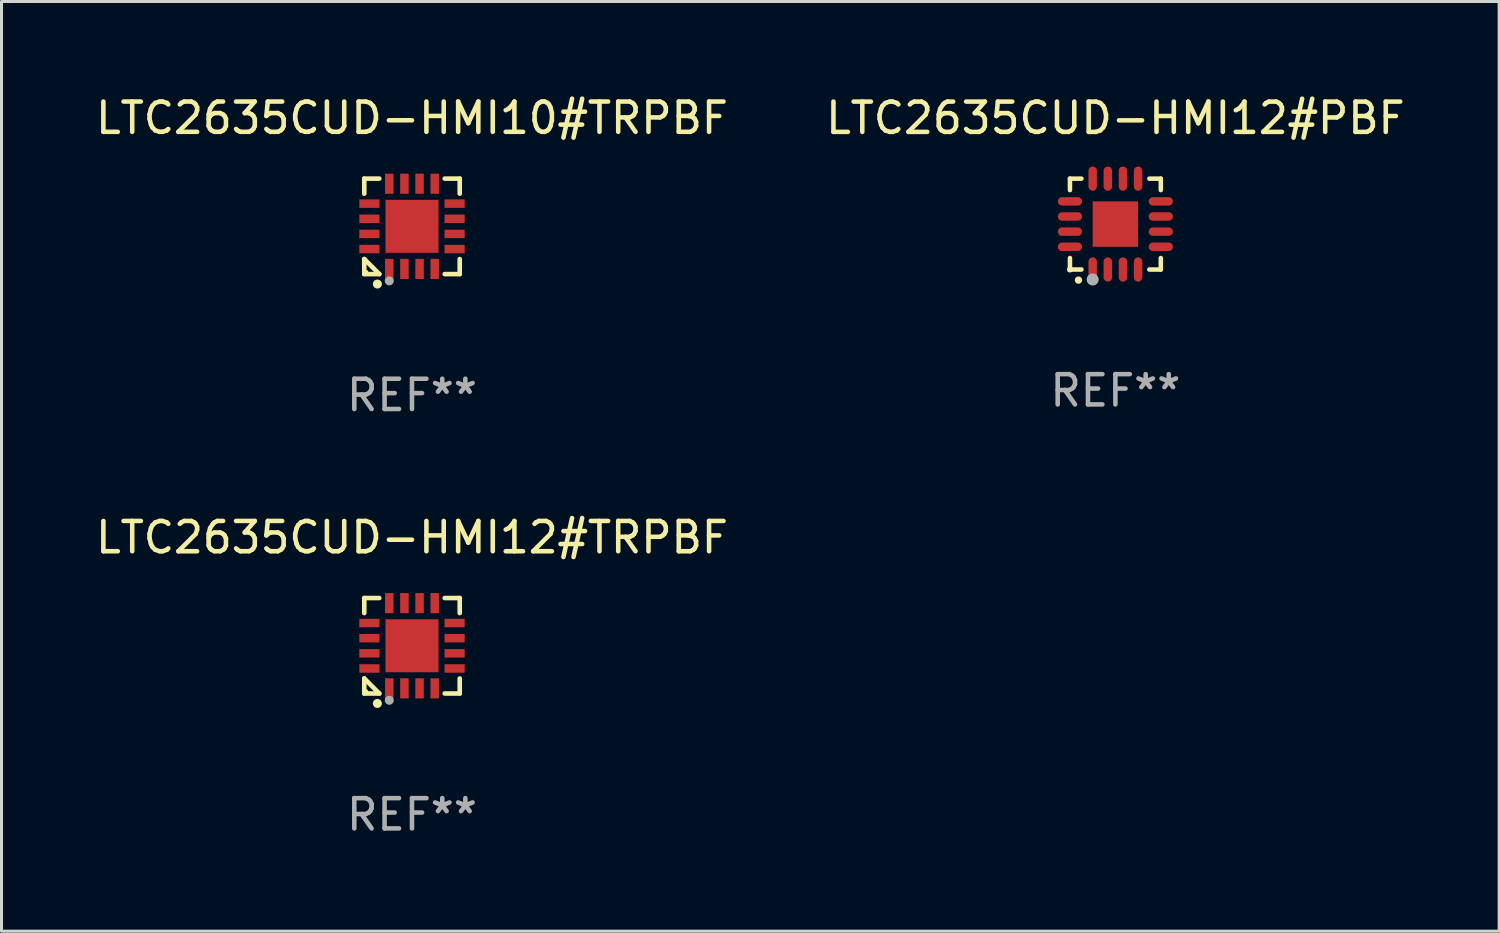
<source format=kicad_pcb>
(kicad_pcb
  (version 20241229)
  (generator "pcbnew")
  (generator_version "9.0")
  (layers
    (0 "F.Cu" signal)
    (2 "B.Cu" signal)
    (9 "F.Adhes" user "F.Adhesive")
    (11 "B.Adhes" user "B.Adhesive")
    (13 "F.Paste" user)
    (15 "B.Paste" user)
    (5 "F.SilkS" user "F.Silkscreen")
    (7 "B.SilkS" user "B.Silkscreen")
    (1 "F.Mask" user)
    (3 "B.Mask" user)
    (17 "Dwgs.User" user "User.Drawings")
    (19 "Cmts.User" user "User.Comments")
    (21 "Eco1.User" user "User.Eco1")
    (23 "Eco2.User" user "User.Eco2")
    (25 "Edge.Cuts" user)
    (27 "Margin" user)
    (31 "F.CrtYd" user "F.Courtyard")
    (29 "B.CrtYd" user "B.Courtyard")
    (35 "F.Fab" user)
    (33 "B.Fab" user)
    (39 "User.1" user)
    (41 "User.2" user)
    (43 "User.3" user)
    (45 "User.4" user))
  (footprint "LTC2635CUD-HMI10#TRPBF"
    (layer "F.Cu")
    (at 10.554 4.424)
    (property "Reference" "LTC2635CUD-HMI10#TRPBF" (at 0 -3.576 0) (layer "F.SilkS") (effects (font (size 1 1) (thickness 0.15))))
    (attr through_hole)
    (fp_line (start -1.576 -1.576) (end -1.08 -1.576) (stroke (width 0.152) (type solid)) (layer "F.SilkS"))
    (fp_line (start -1.576 -1.08) (end -1.576 -1.576) (stroke (width 0.152) (type solid)) (layer "F.SilkS"))
    (fp_line (start -1.576 1.08) (end -1.576 1.576) (stroke (width 0.152) (type solid)) (layer "F.SilkS"))
    (fp_line (start -1.576 1.576) (end -1.08 1.576) (stroke (width 0.152) (type solid)) (layer "F.SilkS"))
    (fp_line (start -1.08 1.576) (end -1.576 1.08) (stroke (width 0.152) (type solid)) (layer "F.SilkS"))
    (fp_line (start 1.576 -1.576) (end 1.08 -1.576) (stroke (width 0.152) (type solid)) (layer "F.SilkS"))
    (fp_line (start 1.576 -1.08) (end 1.576 -1.576) (stroke (width 0.152) (type solid)) (layer "F.SilkS"))
    (fp_line (start 1.576 1.08) (end 1.576 1.576) (stroke (width 0.152) (type solid)) (layer "F.SilkS"))
    (fp_line (start 1.576 1.576) (end 1.08 1.576) (stroke (width 0.152) (type solid)) (layer "F.SilkS"))
    (fp_circle (center -1.5 1.5) (end -1.47 1.5) (stroke (width 0.06) (type solid)) (fill no) (layer "F.SilkS"))
    (fp_circle (center -1.143 1.905) (end -1.068 1.905) (stroke (width 0.15) (type solid)) (fill no) (layer "F.SilkS"))
    (fp_circle (center -0.75 1.8) (end -0.675 1.8) (stroke (width 0.15) (type solid)) (fill no) (layer "F.Fab"))
    (fp_text user "REF**" (at 0 5.576 0) (layer "F.Fab") (effects (font (size 1 1) (thickness 0.15))))
    (pad "1" smd rect (at -0.75 1.407) (size 0.28 0.665) (layers "F.Cu" "F.Mask" "F.Paste"))
    (pad "2" smd rect (at -0.25 1.407) (size 0.28 0.665) (layers "F.Cu" "F.Mask" "F.Paste"))
    (pad "3" smd rect (at 0.25 1.407) (size 0.28 0.665) (layers "F.Cu" "F.Mask" "F.Paste"))
    (pad "4" smd rect (at 0.75 1.407) (size 0.28 0.665) (layers "F.Cu" "F.Mask" "F.Paste"))
    (pad "5" smd rect (at 1.407 0.75) (size 0.665 0.28) (layers "F.Cu" "F.Mask" "F.Paste"))
    (pad "6" smd rect (at 1.407 0.25) (size 0.665 0.28) (layers "F.Cu" "F.Mask" "F.Paste"))
    (pad "7" smd rect (at 1.407 -0.25) (size 0.665 0.28) (layers "F.Cu" "F.Mask" "F.Paste"))
    (pad "8" smd rect (at 1.407 -0.75) (size 0.665 0.28) (layers "F.Cu" "F.Mask" "F.Paste"))
    (pad "9" smd rect (at 0.75 -1.407) (size 0.28 0.665) (layers "F.Cu" "F.Mask" "F.Paste"))
    (pad "10" smd rect (at 0.25 -1.407) (size 0.28 0.665) (layers "F.Cu" "F.Mask" "F.Paste"))
    (pad "11" smd rect (at -0.25 -1.407) (size 0.28 0.665) (layers "F.Cu" "F.Mask" "F.Paste"))
    (pad "12" smd rect (at -0.75 -1.407) (size 0.28 0.665) (layers "F.Cu" "F.Mask" "F.Paste"))
    (pad "13" smd rect (at -1.407 -0.75) (size 0.665 0.28) (layers "F.Cu" "F.Mask" "F.Paste"))
    (pad "14" smd rect (at -1.407 -0.25) (size 0.665 0.28) (layers "F.Cu" "F.Mask" "F.Paste"))
    (pad "15" smd rect (at -1.407 0.25) (size 0.665 0.28) (layers "F.Cu" "F.Mask" "F.Paste"))
    (pad "16" smd rect (at -1.407 0.75) (size 0.665 0.28) (layers "F.Cu" "F.Mask" "F.Paste"))
    (pad "17" smd rect (at 0 0) (size 1.75 1.75) (layers "F.Cu" "F.Mask" "F.Paste")))
  (footprint "LTC2635CUD-HMI12#PBF"
    (layer "F.Cu")
    (at 33.78 4.349)
    (property "Reference" "LTC2635CUD-HMI12#PBF" (at 0 -3.5 0) (layer "F.SilkS") (effects (font (size 1 1) (thickness 0.15))))
    (attr through_hole)
    (fp_line (start -1.5 -1.5) (end -1.121 -1.5) (stroke (width 0.15) (type solid)) (layer "F.SilkS"))
    (fp_line (start -1.5 -1.122) (end -1.5 -1.5) (stroke (width 0.15) (type solid)) (layer "F.SilkS"))
    (fp_line (start -1.5 1.5) (end -1.5 1.121) (stroke (width 0.15) (type solid)) (layer "F.SilkS"))
    (fp_line (start -1.121 1.5) (end -1.5 1.5) (stroke (width 0.15) (type solid)) (layer "F.SilkS"))
    (fp_line (start 1.121 -1.5) (end 1.5 -1.5) (stroke (width 0.15) (type solid)) (layer "F.SilkS"))
    (fp_line (start 1.5 -1.5) (end 1.5 -1.122) (stroke (width 0.15) (type solid)) (layer "F.SilkS"))
    (fp_line (start 1.5 1.121) (end 1.5 1.5) (stroke (width 0.15) (type solid)) (layer "F.SilkS"))
    (fp_line (start 1.5 1.5) (end 1.121 1.5) (stroke (width 0.15) (type solid)) (layer "F.SilkS"))
    (fp_arc (start -1.219926 1.850254) (mid -1.21891 1.85025) (end -1.217894 1.850254) (stroke (width 0.240005) (type solid)) (layer "F.SilkS"))
    (fp_circle (center -1.5 1.5) (end -1.45 1.5) (stroke (width 0.1) (type solid)) (fill no) (layer "F.SilkS"))
    (fp_circle (center -0.75 1.83) (end -0.65 1.83) (stroke (width 0.2) (type solid)) (fill no) (layer "F.Fab"))
    (fp_text user "REF**" (at 0 5.5 0) (layer "F.Fab") (effects (font (size 1 1) (thickness 0.15))))
    (pad "1" smd oval (at -0.75 1.5) (size 0.28 0.8) (layers "F.Cu" "F.Mask" "F.Paste"))
    (pad "2" smd oval (at -0.25 1.5) (size 0.28 0.8) (layers "F.Cu" "F.Mask" "F.Paste"))
    (pad "3" smd oval (at 0.25 1.5) (size 0.28 0.8) (layers "F.Cu" "F.Mask" "F.Paste"))
    (pad "4" smd oval (at 0.75 1.5) (size 0.28 0.8) (layers "F.Cu" "F.Mask" "F.Paste"))
    (pad "5" smd oval (at 1.5 0.75) (size 0.8 0.28) (layers "F.Cu" "F.Mask" "F.Paste"))
    (pad "6" smd oval (at 1.5 0.25) (size 0.8 0.28) (layers "F.Cu" "F.Mask" "F.Paste"))
    (pad "7" smd oval (at 1.5 -0.25) (size 0.8 0.28) (layers "F.Cu" "F.Mask" "F.Paste"))
    (pad "8" smd oval (at 1.5 -0.75) (size 0.8 0.28) (layers "F.Cu" "F.Mask" "F.Paste"))
    (pad "9" smd oval (at 0.75 -1.5) (size 0.28 0.8) (layers "F.Cu" "F.Mask" "F.Paste"))
    (pad "10" smd oval (at 0.25 -1.5) (size 0.28 0.8) (layers "F.Cu" "F.Mask" "F.Paste"))
    (pad "11" smd oval (at -0.25 -1.5) (size 0.28 0.8) (layers "F.Cu" "F.Mask" "F.Paste"))
    (pad "12" smd oval (at -0.75 -1.5) (size 0.28 0.8) (layers "F.Cu" "F.Mask" "F.Paste"))
    (pad "13" smd oval (at -1.5 -0.75) (size 0.8 0.28) (layers "F.Cu" "F.Mask" "F.Paste"))
    (pad "14" smd oval (at -1.5 -0.25) (size 0.8 0.28) (layers "F.Cu" "F.Mask" "F.Paste"))
    (pad "15" smd oval (at -1.5 0.25) (size 0.8 0.28) (layers "F.Cu" "F.Mask" "F.Paste"))
    (pad "16" smd oval (at -1.5 0.75) (size 0.8 0.28) (layers "F.Cu" "F.Mask" "F.Paste"))
    (pad "17" smd rect (at -0.000064 0.000165) (size 1.5 1.5) (layers "F.Cu" "F.Mask" "F.Paste")))
  (footprint "LTC2635CUD-HMI12#TRPBF"
    (layer "F.Cu")
    (at 10.554 18.273)
    (property "Reference" "LTC2635CUD-HMI12#TRPBF" (at 0 -3.576 0) (layer "F.SilkS") (effects (font (size 1 1) (thickness 0.15))))
    (attr through_hole)
    (fp_line (start -1.576 -1.576) (end -1.08 -1.576) (stroke (width 0.152) (type solid)) (layer "F.SilkS"))
    (fp_line (start -1.576 -1.08) (end -1.576 -1.576) (stroke (width 0.152) (type solid)) (layer "F.SilkS"))
    (fp_line (start -1.576 1.08) (end -1.576 1.576) (stroke (width 0.152) (type solid)) (layer "F.SilkS"))
    (fp_line (start -1.576 1.576) (end -1.08 1.576) (stroke (width 0.152) (type solid)) (layer "F.SilkS"))
    (fp_line (start -1.08 1.576) (end -1.576 1.08) (stroke (width 0.152) (type solid)) (layer "F.SilkS"))
    (fp_line (start 1.576 -1.576) (end 1.08 -1.576) (stroke (width 0.152) (type solid)) (layer "F.SilkS"))
    (fp_line (start 1.576 -1.08) (end 1.576 -1.576) (stroke (width 0.152) (type solid)) (layer "F.SilkS"))
    (fp_line (start 1.576 1.08) (end 1.576 1.576) (stroke (width 0.152) (type solid)) (layer "F.SilkS"))
    (fp_line (start 1.576 1.576) (end 1.08 1.576) (stroke (width 0.152) (type solid)) (layer "F.SilkS"))
    (fp_circle (center -1.5 1.5) (end -1.47 1.5) (stroke (width 0.06) (type solid)) (fill no) (layer "F.SilkS"))
    (fp_circle (center -1.143 1.905) (end -1.068 1.905) (stroke (width 0.15) (type solid)) (fill no) (layer "F.SilkS"))
    (fp_circle (center -0.75 1.8) (end -0.675 1.8) (stroke (width 0.15) (type solid)) (fill no) (layer "F.Fab"))
    (fp_text user "REF**" (at 0 5.576 0) (layer "F.Fab") (effects (font (size 1 1) (thickness 0.15))))
    (pad "1" smd rect (at -0.75 1.407) (size 0.28 0.665) (layers "F.Cu" "F.Mask" "F.Paste"))
    (pad "2" smd rect (at -0.25 1.407) (size 0.28 0.665) (layers "F.Cu" "F.Mask" "F.Paste"))
    (pad "3" smd rect (at 0.25 1.407) (size 0.28 0.665) (layers "F.Cu" "F.Mask" "F.Paste"))
    (pad "4" smd rect (at 0.75 1.407) (size 0.28 0.665) (layers "F.Cu" "F.Mask" "F.Paste"))
    (pad "5" smd rect (at 1.407 0.75) (size 0.665 0.28) (layers "F.Cu" "F.Mask" "F.Paste"))
    (pad "6" smd rect (at 1.407 0.25) (size 0.665 0.28) (layers "F.Cu" "F.Mask" "F.Paste"))
    (pad "7" smd rect (at 1.407 -0.25) (size 0.665 0.28) (layers "F.Cu" "F.Mask" "F.Paste"))
    (pad "8" smd rect (at 1.407 -0.75) (size 0.665 0.28) (layers "F.Cu" "F.Mask" "F.Paste"))
    (pad "9" smd rect (at 0.75 -1.407) (size 0.28 0.665) (layers "F.Cu" "F.Mask" "F.Paste"))
    (pad "10" smd rect (at 0.25 -1.407) (size 0.28 0.665) (layers "F.Cu" "F.Mask" "F.Paste"))
    (pad "11" smd rect (at -0.25 -1.407) (size 0.28 0.665) (layers "F.Cu" "F.Mask" "F.Paste"))
    (pad "12" smd rect (at -0.75 -1.407) (size 0.28 0.665) (layers "F.Cu" "F.Mask" "F.Paste"))
    (pad "13" smd rect (at -1.407 -0.75) (size 0.665 0.28) (layers "F.Cu" "F.Mask" "F.Paste"))
    (pad "14" smd rect (at -1.407 -0.25) (size 0.665 0.28) (layers "F.Cu" "F.Mask" "F.Paste"))
    (pad "15" smd rect (at -1.407 0.25) (size 0.665 0.28) (layers "F.Cu" "F.Mask" "F.Paste"))
    (pad "16" smd rect (at -1.407 0.75) (size 0.665 0.28) (layers "F.Cu" "F.Mask" "F.Paste"))
    (pad "17" smd rect (at 0 0) (size 1.75 1.75) (layers "F.Cu" "F.Mask" "F.Paste")))
  (gr_rect
    (start -3 -3)
    (end 46.452 27.698)
    (stroke (width 0.1) (type default))
    (fill no)
    (layer "Edge.Cuts")))
</source>
